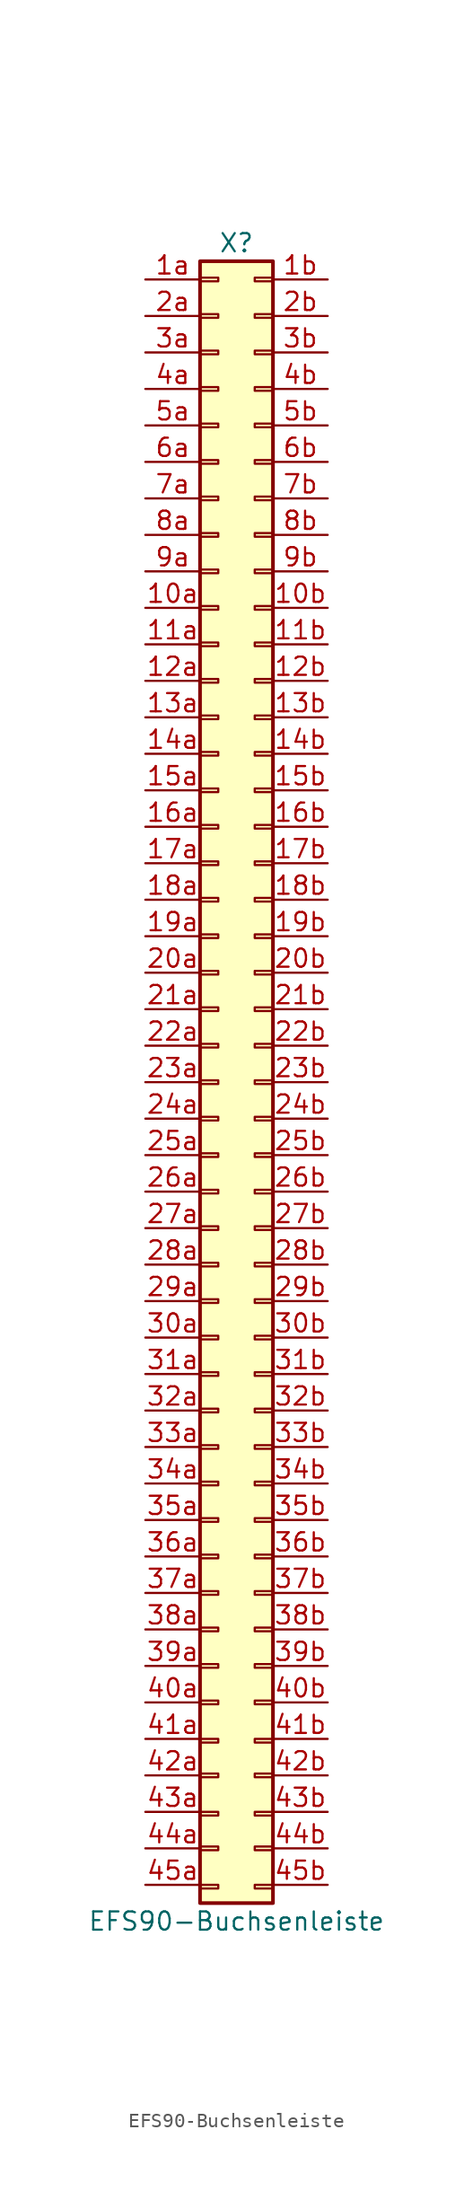
<source format=kicad_sym>
(kicad_symbol_lib
  (version 20211014)
  (generator kicad_symbol_editor)
  (symbol "EFS90-Buchsenleiste"
    (pin_names
      (offset 1.016) hide)
    (property "Reference" "X"
      (at 0 57.15 0)
      (effects (font (size 1.27 1.27))))
    (property "Value" "EFS90-Buchsenleiste"
      (at 0 -59.69 0)
      (effects (font (size 1.27 1.27))))
    (symbol "EFS90-Buchsenleiste_1_1"
      (rectangle (start -2.54 -57.15) (end -1.27 -57.404) (stroke (width 0.152) (type default) (color 0 0 0 0)) (fill (type none)))
      (rectangle (start -2.54 -54.483) (end -1.27 -54.737) (stroke (width 0.152) (type default) (color 0 0 0 0)) (fill (type none)))
      (rectangle (start -2.54 -52.07) (end -1.27 -52.324) (stroke (width 0.152) (type default) (color 0 0 0 0)) (fill (type none)))
      (rectangle (start -2.54 -49.403) (end -1.27 -49.657) (stroke (width 0.152) (type default) (color 0 0 0 0)) (fill (type none)))
      (rectangle (start -2.54 -46.99) (end -1.27 -47.244) (stroke (width 0.152) (type default) (color 0 0 0 0)) (fill (type none)))
      (rectangle (start -2.54 -44.323) (end -1.27 -44.577) (stroke (width 0.152) (type default) (color 0 0 0 0)) (fill (type none)))
      (rectangle (start -2.54 -41.783) (end -1.27 -42.037) (stroke (width 0.152) (type default) (color 0 0 0 0)) (fill (type none)))
      (rectangle (start -2.54 -39.243) (end -1.27 -39.497) (stroke (width 0.152) (type default) (color 0 0 0 0)) (fill (type none)))
      (rectangle (start -2.54 -36.703) (end -1.27 -36.957) (stroke (width 0.152) (type default) (color 0 0 0 0)) (fill (type none)))
      (rectangle (start -2.54 -34.163) (end -1.27 -34.417) (stroke (width 0.152) (type default) (color 0 0 0 0)) (fill (type none)))
      (rectangle (start -2.54 -31.623) (end -1.27 -31.877) (stroke (width 0.152) (type default) (color 0 0 0 0)) (fill (type none)))
      (rectangle (start -2.54 -29.083) (end -1.27 -29.337) (stroke (width 0.152) (type default) (color 0 0 0 0)) (fill (type none)))
      (rectangle (start -2.54 -26.543) (end -1.27 -26.797) (stroke (width 0.152) (type default) (color 0 0 0 0)) (fill (type none)))
      (rectangle (start -2.54 -24.003) (end -1.27 -24.257) (stroke (width 0.152) (type default) (color 0 0 0 0)) (fill (type none)))
      (rectangle (start -2.54 -21.463) (end -1.27 -21.717) (stroke (width 0.152) (type default) (color 0 0 0 0)) (fill (type none)))
      (rectangle (start -2.54 -18.923) (end -1.27 -19.177) (stroke (width 0.152) (type default) (color 0 0 0 0)) (fill (type none)))
      (rectangle (start -2.54 -16.383) (end -1.27 -16.637) (stroke (width 0.152) (type default) (color 0 0 0 0)) (fill (type none)))
      (rectangle (start -2.54 -13.843) (end -1.27 -14.097) (stroke (width 0.152) (type default) (color 0 0 0 0)) (fill (type none)))
      (rectangle (start -2.54 -11.303) (end -1.27 -11.557) (stroke (width 0.152) (type default) (color 0 0 0 0)) (fill (type none)))
      (rectangle (start -2.54 -8.763) (end -1.27 -9.017) (stroke (width 0.152) (type default) (color 0 0 0 0)) (fill (type none)))
      (rectangle (start -2.54 -6.223) (end -1.27 -6.477) (stroke (width 0.152) (type default) (color 0 0 0 0)) (fill (type none)))
      (rectangle (start -2.54 -3.683) (end -1.27 -3.937) (stroke (width 0.152) (type default) (color 0 0 0 0)) (fill (type none)))
      (rectangle (start -2.54 -1.143) (end -1.27 -1.397) (stroke (width 0.152) (type default) (color 0 0 0 0)) (fill (type none)))
      (rectangle (start -2.54 1.397) (end -1.27 1.143) (stroke (width 0.152) (type default) (color 0 0 0 0)) (fill (type none)))
      (rectangle (start -2.54 3.937) (end -1.27 3.683) (stroke (width 0.152) (type default) (color 0 0 0 0)) (fill (type none)))
      (rectangle (start -2.54 6.477) (end -1.27 6.223) (stroke (width 0.152) (type default) (color 0 0 0 0)) (fill (type none)))
      (rectangle (start -2.54 9.017) (end -1.27 8.763) (stroke (width 0.152) (type default) (color 0 0 0 0)) (fill (type none)))
      (rectangle (start -2.54 11.557) (end -1.27 11.303) (stroke (width 0.152) (type default) (color 0 0 0 0)) (fill (type none)))
      (rectangle (start -2.54 14.097) (end -1.27 13.843) (stroke (width 0.152) (type default) (color 0 0 0 0)) (fill (type none)))
      (rectangle (start -2.54 16.637) (end -1.27 16.383) (stroke (width 0.152) (type default) (color 0 0 0 0)) (fill (type none)))
      (rectangle (start -2.54 19.177) (end -1.27 18.923) (stroke (width 0.152) (type default) (color 0 0 0 0)) (fill (type none)))
      (rectangle (start -2.54 21.717) (end -1.27 21.463) (stroke (width 0.152) (type default) (color 0 0 0 0)) (fill (type none)))
      (rectangle (start -2.54 24.257) (end -1.27 24.003) (stroke (width 0.152) (type default) (color 0 0 0 0)) (fill (type none)))
      (rectangle (start -2.54 26.797) (end -1.27 26.543) (stroke (width 0.152) (type default) (color 0 0 0 0)) (fill (type none)))
      (rectangle (start -2.54 29.337) (end -1.27 29.083) (stroke (width 0.152) (type default) (color 0 0 0 0)) (fill (type none)))
      (rectangle (start -2.54 31.877) (end -1.27 31.623) (stroke (width 0.152) (type default) (color 0 0 0 0)) (fill (type none)))
      (rectangle (start -2.54 34.417) (end -1.27 34.163) (stroke (width 0.152) (type default) (color 0 0 0 0)) (fill (type none)))
      (rectangle (start -2.54 36.957) (end -1.27 36.703) (stroke (width 0.152) (type default) (color 0 0 0 0)) (fill (type none)))
      (rectangle (start -2.54 39.497) (end -1.27 39.243) (stroke (width 0.152) (type default) (color 0 0 0 0)) (fill (type none)))
      (rectangle (start -2.54 42.037) (end -1.27 41.783) (stroke (width 0.152) (type default) (color 0 0 0 0)) (fill (type none)))
      (rectangle (start -2.54 44.577) (end -1.27 44.323) (stroke (width 0.152) (type default) (color 0 0 0 0)) (fill (type none)))
      (rectangle (start -2.54 47.117) (end -1.27 46.863) (stroke (width 0.152) (type default) (color 0 0 0 0)) (fill (type none)))
      (rectangle (start -2.54 49.657) (end -1.27 49.403) (stroke (width 0.152) (type default) (color 0 0 0 0)) (fill (type none)))
      (rectangle (start -2.54 52.197) (end -1.27 51.943) (stroke (width 0.152) (type default) (color 0 0 0 0)) (fill (type none)))
      (rectangle (start -2.54 54.737) (end -1.27 54.483) (stroke (width 0.152) (type default) (color 0 0 0 0)) (fill (type none)))
      (rectangle (start -2.54 55.88) (end 2.54 -58.42) (stroke (width 0.254) (type default) (color 0 0 0 0)) (fill (type background)))
      (rectangle (start 2.54 -57.15) (end 1.27 -57.404) (stroke (width 0.152) (type default) (color 0 0 0 0)) (fill (type none)))
      (rectangle (start 2.54 -54.483) (end 1.27 -54.737) (stroke (width 0.152) (type default) (color 0 0 0 0)) (fill (type none)))
      (rectangle (start 2.54 -52.07) (end 1.27 -52.324) (stroke (width 0.152) (type default) (color 0 0 0 0)) (fill (type none)))
      (rectangle (start 2.54 -49.403) (end 1.27 -49.657) (stroke (width 0.152) (type default) (color 0 0 0 0)) (fill (type none)))
      (rectangle (start 2.54 -46.99) (end 1.27 -47.244) (stroke (width 0.152) (type default) (color 0 0 0 0)) (fill (type none)))
      (rectangle (start 2.54 -44.323) (end 1.27 -44.577) (stroke (width 0.152) (type default) (color 0 0 0 0)) (fill (type none)))
      (rectangle (start 2.54 -41.783) (end 1.27 -42.037) (stroke (width 0.152) (type default) (color 0 0 0 0)) (fill (type none)))
      (rectangle (start 2.54 -39.243) (end 1.27 -39.497) (stroke (width 0.152) (type default) (color 0 0 0 0)) (fill (type none)))
      (rectangle (start 2.54 -36.703) (end 1.27 -36.957) (stroke (width 0.152) (type default) (color 0 0 0 0)) (fill (type none)))
      (rectangle (start 2.54 -34.163) (end 1.27 -34.417) (stroke (width 0.152) (type default) (color 0 0 0 0)) (fill (type none)))
      (rectangle (start 2.54 -31.623) (end 1.27 -31.877) (stroke (width 0.152) (type default) (color 0 0 0 0)) (fill (type none)))
      (rectangle (start 2.54 -29.083) (end 1.27 -29.337) (stroke (width 0.152) (type default) (color 0 0 0 0)) (fill (type none)))
      (rectangle (start 2.54 -26.543) (end 1.27 -26.797) (stroke (width 0.152) (type default) (color 0 0 0 0)) (fill (type none)))
      (rectangle (start 2.54 -24.003) (end 1.27 -24.257) (stroke (width 0.152) (type default) (color 0 0 0 0)) (fill (type none)))
      (rectangle (start 2.54 -21.463) (end 1.27 -21.717) (stroke (width 0.152) (type default) (color 0 0 0 0)) (fill (type none)))
      (rectangle (start 2.54 -18.923) (end 1.27 -19.177) (stroke (width 0.152) (type default) (color 0 0 0 0)) (fill (type none)))
      (rectangle (start 2.54 -16.383) (end 1.27 -16.637) (stroke (width 0.152) (type default) (color 0 0 0 0)) (fill (type none)))
      (rectangle (start 2.54 -13.843) (end 1.27 -14.097) (stroke (width 0.152) (type default) (color 0 0 0 0)) (fill (type none)))
      (rectangle (start 2.54 -11.303) (end 1.27 -11.557) (stroke (width 0.152) (type default) (color 0 0 0 0)) (fill (type none)))
      (rectangle (start 2.54 -8.763) (end 1.27 -9.017) (stroke (width 0.152) (type default) (color 0 0 0 0)) (fill (type none)))
      (rectangle (start 2.54 -6.223) (end 1.27 -6.477) (stroke (width 0.152) (type default) (color 0 0 0 0)) (fill (type none)))
      (rectangle (start 2.54 -3.683) (end 1.27 -3.937) (stroke (width 0.152) (type default) (color 0 0 0 0)) (fill (type none)))
      (rectangle (start 2.54 -1.143) (end 1.27 -1.397) (stroke (width 0.152) (type default) (color 0 0 0 0)) (fill (type none)))
      (rectangle (start 2.54 1.397) (end 1.27 1.143) (stroke (width 0.152) (type default) (color 0 0 0 0)) (fill (type none)))
      (rectangle (start 2.54 3.937) (end 1.27 3.683) (stroke (width 0.152) (type default) (color 0 0 0 0)) (fill (type none)))
      (rectangle (start 2.54 6.477) (end 1.27 6.223) (stroke (width 0.152) (type default) (color 0 0 0 0)) (fill (type none)))
      (rectangle (start 2.54 9.017) (end 1.27 8.763) (stroke (width 0.152) (type default) (color 0 0 0 0)) (fill (type none)))
      (rectangle (start 2.54 11.557) (end 1.27 11.303) (stroke (width 0.152) (type default) (color 0 0 0 0)) (fill (type none)))
      (rectangle (start 2.54 14.097) (end 1.27 13.843) (stroke (width 0.152) (type default) (color 0 0 0 0)) (fill (type none)))
      (rectangle (start 2.54 16.637) (end 1.27 16.383) (stroke (width 0.152) (type default) (color 0 0 0 0)) (fill (type none)))
      (rectangle (start 2.54 19.177) (end 1.27 18.923) (stroke (width 0.152) (type default) (color 0 0 0 0)) (fill (type none)))
      (rectangle (start 2.54 21.717) (end 1.27 21.463) (stroke (width 0.152) (type default) (color 0 0 0 0)) (fill (type none)))
      (rectangle (start 2.54 24.257) (end 1.27 24.003) (stroke (width 0.152) (type default) (color 0 0 0 0)) (fill (type none)))
      (rectangle (start 2.54 26.797) (end 1.27 26.543) (stroke (width 0.152) (type default) (color 0 0 0 0)) (fill (type none)))
      (rectangle (start 2.54 29.337) (end 1.27 29.083) (stroke (width 0.152) (type default) (color 0 0 0 0)) (fill (type none)))
      (rectangle (start 2.54 31.877) (end 1.27 31.623) (stroke (width 0.152) (type default) (color 0 0 0 0)) (fill (type none)))
      (rectangle (start 2.54 34.417) (end 1.27 34.163) (stroke (width 0.152) (type default) (color 0 0 0 0)) (fill (type none)))
      (rectangle (start 2.54 36.957) (end 1.27 36.703) (stroke (width 0.152) (type default) (color 0 0 0 0)) (fill (type none)))
      (rectangle (start 2.54 39.497) (end 1.27 39.243) (stroke (width 0.152) (type default) (color 0 0 0 0)) (fill (type none)))
      (rectangle (start 2.54 42.037) (end 1.27 41.783) (stroke (width 0.152) (type default) (color 0 0 0 0)) (fill (type none)))
      (rectangle (start 2.54 44.577) (end 1.27 44.323) (stroke (width 0.152) (type default) (color 0 0 0 0)) (fill (type none)))
      (rectangle (start 2.54 47.117) (end 1.27 46.863) (stroke (width 0.152) (type default) (color 0 0 0 0)) (fill (type none)))
      (rectangle (start 2.54 49.657) (end 1.27 49.403) (stroke (width 0.152) (type default) (color 0 0 0 0)) (fill (type none)))
      (rectangle (start 2.54 52.197) (end 1.27 51.943) (stroke (width 0.152) (type default) (color 0 0 0 0)) (fill (type none)))
      (rectangle (start 2.54 54.737) (end 1.27 54.483) (stroke (width 0.152) (type default) (color 0 0 0 0)) (fill (type none)))
      (pin passive line (at -6.35 31.75 0) (length 3.81) (name "Pin_10a" (effects (font (size 1.27 1.27)))) (number "10a" (effects (font (size 1.27 1.27)))))
      (pin passive line (at 6.35 31.75 180) (length 3.81) (name "Pin_10b" (effects (font (size 1.27 1.27)))) (number "10b" (effects (font (size 1.27 1.27)))))
      (pin passive line (at -6.35 29.21 0) (length 3.81) (name "Pin_11a" (effects (font (size 1.27 1.27)))) (number "11a" (effects (font (size 1.27 1.27)))))
      (pin passive line (at 6.35 29.21 180) (length 3.81) (name "Pin_11b" (effects (font (size 1.27 1.27)))) (number "11b" (effects (font (size 1.27 1.27)))))
      (pin passive line (at -6.35 26.67 0) (length 3.81) (name "Pin_12a" (effects (font (size 1.27 1.27)))) (number "12a" (effects (font (size 1.27 1.27)))))
      (pin passive line (at 6.35 26.67 180) (length 3.81) (name "Pin_12b" (effects (font (size 1.27 1.27)))) (number "12b" (effects (font (size 1.27 1.27)))))
      (pin passive line (at -6.35 24.13 0) (length 3.81) (name "Pin_13a" (effects (font (size 1.27 1.27)))) (number "13a" (effects (font (size 1.27 1.27)))))
      (pin passive line (at 6.35 24.13 180) (length 3.81) (name "Pin_13b" (effects (font (size 1.27 1.27)))) (number "13b" (effects (font (size 1.27 1.27)))))
      (pin passive line (at -6.35 21.59 0) (length 3.81) (name "Pin_14a" (effects (font (size 1.27 1.27)))) (number "14a" (effects (font (size 1.27 1.27)))))
      (pin passive line (at 6.35 21.59 180) (length 3.81) (name "Pin_14b" (effects (font (size 1.27 1.27)))) (number "14b" (effects (font (size 1.27 1.27)))))
      (pin passive line (at -6.35 19.05 0) (length 3.81) (name "Pin_15a" (effects (font (size 1.27 1.27)))) (number "15a" (effects (font (size 1.27 1.27)))))
      (pin passive line (at 6.35 19.05 180) (length 3.81) (name "Pin_15b" (effects (font (size 1.27 1.27)))) (number "15b" (effects (font (size 1.27 1.27)))))
      (pin passive line (at -6.35 16.51 0) (length 3.81) (name "Pin_16a" (effects (font (size 1.27 1.27)))) (number "16a" (effects (font (size 1.27 1.27)))))
      (pin passive line (at 6.35 16.51 180) (length 3.81) (name "Pin_16b" (effects (font (size 1.27 1.27)))) (number "16b" (effects (font (size 1.27 1.27)))))
      (pin passive line (at -6.35 13.97 0) (length 3.81) (name "Pin_17a" (effects (font (size 1.27 1.27)))) (number "17a" (effects (font (size 1.27 1.27)))))
      (pin passive line (at 6.35 13.97 180) (length 3.81) (name "Pin_17b" (effects (font (size 1.27 1.27)))) (number "17b" (effects (font (size 1.27 1.27)))))
      (pin passive line (at -6.35 11.43 0) (length 3.81) (name "Pin_18a" (effects (font (size 1.27 1.27)))) (number "18a" (effects (font (size 1.27 1.27)))))
      (pin passive line (at 6.35 11.43 180) (length 3.81) (name "Pin_18b" (effects (font (size 1.27 1.27)))) (number "18b" (effects (font (size 1.27 1.27)))))
      (pin passive line (at -6.35 8.89 0) (length 3.81) (name "Pin_19a" (effects (font (size 1.27 1.27)))) (number "19a" (effects (font (size 1.27 1.27)))))
      (pin passive line (at 6.35 8.89 180) (length 3.81) (name "Pin_19b" (effects (font (size 1.27 1.27)))) (number "19b" (effects (font (size 1.27 1.27)))))
      (pin passive line (at -6.35 54.61 0) (length 3.81) (name "Pin_1a" (effects (font (size 1.27 1.27)))) (number "1a" (effects (font (size 1.27 1.27)))))
      (pin passive line (at 6.35 54.61 180) (length 3.81) (name "Pin_1b" (effects (font (size 1.27 1.27)))) (number "1b" (effects (font (size 1.27 1.27)))))
      (pin passive line (at -6.35 6.35 0) (length 3.81) (name "Pin_20a" (effects (font (size 1.27 1.27)))) (number "20a" (effects (font (size 1.27 1.27)))))
      (pin passive line (at 6.35 6.35 180) (length 3.81) (name "Pin_20b" (effects (font (size 1.27 1.27)))) (number "20b" (effects (font (size 1.27 1.27)))))
      (pin passive line (at -6.35 3.81 0) (length 3.81) (name "Pin_21a" (effects (font (size 1.27 1.27)))) (number "21a" (effects (font (size 1.27 1.27)))))
      (pin passive line (at 6.35 3.81 180) (length 3.81) (name "Pin_21b" (effects (font (size 1.27 1.27)))) (number "21b" (effects (font (size 1.27 1.27)))))
      (pin passive line (at -6.35 1.27 0) (length 3.81) (name "Pin_22a" (effects (font (size 1.27 1.27)))) (number "22a" (effects (font (size 1.27 1.27)))))
      (pin passive line (at 6.35 1.27 180) (length 3.81) (name "Pin_22b" (effects (font (size 1.27 1.27)))) (number "22b" (effects (font (size 1.27 1.27)))))
      (pin passive line (at -6.35 -1.27 0) (length 3.81) (name "Pin_23a" (effects (font (size 1.27 1.27)))) (number "23a" (effects (font (size 1.27 1.27)))))
      (pin passive line (at 6.35 -1.27 180) (length 3.81) (name "Pin_23b" (effects (font (size 1.27 1.27)))) (number "23b" (effects (font (size 1.27 1.27)))))
      (pin passive line (at -6.35 -3.81 0) (length 3.81) (name "Pin_24a" (effects (font (size 1.27 1.27)))) (number "24a" (effects (font (size 1.27 1.27)))))
      (pin passive line (at 6.35 -3.81 180) (length 3.81) (name "Pin_24b" (effects (font (size 1.27 1.27)))) (number "24b" (effects (font (size 1.27 1.27)))))
      (pin passive line (at -6.35 -6.35 0) (length 3.81) (name "Pin_25a" (effects (font (size 1.27 1.27)))) (number "25a" (effects (font (size 1.27 1.27)))))
      (pin passive line (at 6.35 -6.35 180) (length 3.81) (name "Pin_25b" (effects (font (size 1.27 1.27)))) (number "25b" (effects (font (size 1.27 1.27)))))
      (pin passive line (at -6.35 -8.89 0) (length 3.81) (name "Pin_26a" (effects (font (size 1.27 1.27)))) (number "26a" (effects (font (size 1.27 1.27)))))
      (pin passive line (at 6.35 -8.89 180) (length 3.81) (name "Pin_26b" (effects (font (size 1.27 1.27)))) (number "26b" (effects (font (size 1.27 1.27)))))
      (pin passive line (at -6.35 -11.43 0) (length 3.81) (name "Pin_27a" (effects (font (size 1.27 1.27)))) (number "27a" (effects (font (size 1.27 1.27)))))
      (pin passive line (at 6.35 -11.43 180) (length 3.81) (name "Pin_27b" (effects (font (size 1.27 1.27)))) (number "27b" (effects (font (size 1.27 1.27)))))
      (pin passive line (at -6.35 -13.97 0) (length 3.81) (name "Pin_28a" (effects (font (size 1.27 1.27)))) (number "28a" (effects (font (size 1.27 1.27)))))
      (pin passive line (at 6.35 -13.97 180) (length 3.81) (name "Pin_28b" (effects (font (size 1.27 1.27)))) (number "28b" (effects (font (size 1.27 1.27)))))
      (pin passive line (at -6.35 -16.51 0) (length 3.81) (name "Pin_29a" (effects (font (size 1.27 1.27)))) (number "29a" (effects (font (size 1.27 1.27)))))
      (pin passive line (at 6.35 -16.51 180) (length 3.81) (name "Pin_29b" (effects (font (size 1.27 1.27)))) (number "29b" (effects (font (size 1.27 1.27)))))
      (pin passive line (at -6.35 52.07 0) (length 3.81) (name "Pin_2a" (effects (font (size 1.27 1.27)))) (number "2a" (effects (font (size 1.27 1.27)))))
      (pin passive line (at 6.35 52.07 180) (length 3.81) (name "Pin_2b" (effects (font (size 1.27 1.27)))) (number "2b" (effects (font (size 1.27 1.27)))))
      (pin passive line (at -6.35 -19.05 0) (length 3.81) (name "Pin_30a" (effects (font (size 1.27 1.27)))) (number "30a" (effects (font (size 1.27 1.27)))))
      (pin passive line (at 6.35 -19.05 180) (length 3.81) (name "Pin_30b" (effects (font (size 1.27 1.27)))) (number "30b" (effects (font (size 1.27 1.27)))))
      (pin passive line (at -6.35 -21.59 0) (length 3.81) (name "Pin_31a" (effects (font (size 1.27 1.27)))) (number "31a" (effects (font (size 1.27 1.27)))))
      (pin passive line (at 6.35 -21.59 180) (length 3.81) (name "Pin_31b" (effects (font (size 1.27 1.27)))) (number "31b" (effects (font (size 1.27 1.27)))))
      (pin passive line (at -6.35 -24.13 0) (length 3.81) (name "Pin_32a" (effects (font (size 1.27 1.27)))) (number "32a" (effects (font (size 1.27 1.27)))))
      (pin passive line (at 6.35 -24.13 180) (length 3.81) (name "Pin_32b" (effects (font (size 1.27 1.27)))) (number "32b" (effects (font (size 1.27 1.27)))))
      (pin passive line (at -6.35 -26.67 0) (length 3.81) (name "Pin_33a" (effects (font (size 1.27 1.27)))) (number "33a" (effects (font (size 1.27 1.27)))))
      (pin passive line (at 6.35 -26.67 180) (length 3.81) (name "Pin_33b" (effects (font (size 1.27 1.27)))) (number "33b" (effects (font (size 1.27 1.27)))))
      (pin passive line (at -6.35 -29.21 0) (length 3.81) (name "Pin_34a" (effects (font (size 1.27 1.27)))) (number "34a" (effects (font (size 1.27 1.27)))))
      (pin passive line (at 6.35 -29.21 180) (length 3.81) (name "Pin_34b" (effects (font (size 1.27 1.27)))) (number "34b" (effects (font (size 1.27 1.27)))))
      (pin passive line (at -6.35 -31.75 0) (length 3.81) (name "Pin_35a" (effects (font (size 1.27 1.27)))) (number "35a" (effects (font (size 1.27 1.27)))))
      (pin passive line (at 6.35 -31.75 180) (length 3.81) (name "Pin_35b" (effects (font (size 1.27 1.27)))) (number "35b" (effects (font (size 1.27 1.27)))))
      (pin passive line (at -6.35 -34.29 0) (length 3.81) (name "Pin_36a" (effects (font (size 1.27 1.27)))) (number "36a" (effects (font (size 1.27 1.27)))))
      (pin passive line (at 6.35 -34.29 180) (length 3.81) (name "Pin_36b" (effects (font (size 1.27 1.27)))) (number "36b" (effects (font (size 1.27 1.27)))))
      (pin passive line (at -6.35 -36.83 0) (length 3.81) (name "Pin_37a" (effects (font (size 1.27 1.27)))) (number "37a" (effects (font (size 1.27 1.27)))))
      (pin passive line (at 6.35 -36.83 180) (length 3.81) (name "Pin_37b" (effects (font (size 1.27 1.27)))) (number "37b" (effects (font (size 1.27 1.27)))))
      (pin passive line (at -6.35 -39.37 0) (length 3.81) (name "Pin_38a" (effects (font (size 1.27 1.27)))) (number "38a" (effects (font (size 1.27 1.27)))))
      (pin passive line (at 6.35 -39.37 180) (length 3.81) (name "Pin_38b" (effects (font (size 1.27 1.27)))) (number "38b" (effects (font (size 1.27 1.27)))))
      (pin passive line (at -6.35 -41.91 0) (length 3.81) (name "Pin_39a" (effects (font (size 1.27 1.27)))) (number "39a" (effects (font (size 1.27 1.27)))))
      (pin passive line (at 6.35 -41.91 180) (length 3.81) (name "Pin_39b" (effects (font (size 1.27 1.27)))) (number "39b" (effects (font (size 1.27 1.27)))))
      (pin passive line (at -6.35 49.53 0) (length 3.81) (name "Pin_3a" (effects (font (size 1.27 1.27)))) (number "3a" (effects (font (size 1.27 1.27)))))
      (pin passive line (at 6.35 49.53 180) (length 3.81) (name "Pin_3b" (effects (font (size 1.27 1.27)))) (number "3b" (effects (font (size 1.27 1.27)))))
      (pin passive line (at -6.35 -44.45 0) (length 3.81) (name "Pin_40a" (effects (font (size 1.27 1.27)))) (number "40a" (effects (font (size 1.27 1.27)))))
      (pin passive line (at 6.35 -44.45 180) (length 3.81) (name "Pin_40b" (effects (font (size 1.27 1.27)))) (number "40b" (effects (font (size 1.27 1.27)))))
      (pin passive line (at -6.35 -46.99 0) (length 3.81) (name "Pin_41a" (effects (font (size 1.27 1.27)))) (number "41a" (effects (font (size 1.27 1.27)))))
      (pin passive line (at 6.35 -46.99 180) (length 3.81) (name "Pin_41b" (effects (font (size 1.27 1.27)))) (number "41b" (effects (font (size 1.27 1.27)))))
      (pin passive line (at -6.35 -49.53 0) (length 3.81) (name "Pin_42a" (effects (font (size 1.27 1.27)))) (number "42a" (effects (font (size 1.27 1.27)))))
      (pin passive line (at 6.35 -49.53 180) (length 3.81) (name "Pin_42b" (effects (font (size 1.27 1.27)))) (number "42b" (effects (font (size 1.27 1.27)))))
      (pin passive line (at -6.35 -52.07 0) (length 3.81) (name "Pin_43a" (effects (font (size 1.27 1.27)))) (number "43a" (effects (font (size 1.27 1.27)))))
      (pin passive line (at 6.35 -52.07 180) (length 3.81) (name "Pin_43b" (effects (font (size 1.27 1.27)))) (number "43b" (effects (font (size 1.27 1.27)))))
      (pin passive line (at -6.35 -54.61 0) (length 3.81) (name "Pin_44a" (effects (font (size 1.27 1.27)))) (number "44a" (effects (font (size 1.27 1.27)))))
      (pin passive line (at 6.35 -54.61 180) (length 3.81) (name "Pin_44b" (effects (font (size 1.27 1.27)))) (number "44b" (effects (font (size 1.27 1.27)))))
      (pin passive line (at -6.35 -57.15 0) (length 3.81) (name "Pin_45a" (effects (font (size 1.27 1.27)))) (number "45a" (effects (font (size 1.27 1.27)))))
      (pin passive line (at 6.35 -57.15 180) (length 3.81) (name "Pin_45b" (effects (font (size 1.27 1.27)))) (number "45b" (effects (font (size 1.27 1.27)))))
      (pin passive line (at -6.35 46.99 0) (length 3.81) (name "Pin_4a" (effects (font (size 1.27 1.27)))) (number "4a" (effects (font (size 1.27 1.27)))))
      (pin passive line (at 6.35 46.99 180) (length 3.81) (name "Pin_4b" (effects (font (size 1.27 1.27)))) (number "4b" (effects (font (size 1.27 1.27)))))
      (pin passive line (at -6.35 44.45 0) (length 3.81) (name "Pin_5a" (effects (font (size 1.27 1.27)))) (number "5a" (effects (font (size 1.27 1.27)))))
      (pin passive line (at 6.35 44.45 180) (length 3.81) (name "Pin_5b" (effects (font (size 1.27 1.27)))) (number "5b" (effects (font (size 1.27 1.27)))))
      (pin passive line (at -6.35 41.91 0) (length 3.81) (name "Pin_6a" (effects (font (size 1.27 1.27)))) (number "6a" (effects (font (size 1.27 1.27)))))
      (pin passive line (at 6.35 41.91 180) (length 3.81) (name "Pin_6b" (effects (font (size 1.27 1.27)))) (number "6b" (effects (font (size 1.27 1.27)))))
      (pin passive line (at -6.35 39.37 0) (length 3.81) (name "Pin_7a" (effects (font (size 1.27 1.27)))) (number "7a" (effects (font (size 1.27 1.27)))))
      (pin passive line (at 6.35 39.37 180) (length 3.81) (name "Pin_7b" (effects (font (size 1.27 1.27)))) (number "7b" (effects (font (size 1.27 1.27)))))
      (pin passive line (at -6.35 36.83 0) (length 3.81) (name "Pin_8a" (effects (font (size 1.27 1.27)))) (number "8a" (effects (font (size 1.27 1.27)))))
      (pin passive line (at 6.35 36.83 180) (length 3.81) (name "Pin_8b" (effects (font (size 1.27 1.27)))) (number "8b" (effects (font (size 1.27 1.27)))))
      (pin passive line (at -6.35 34.29 0) (length 3.81) (name "Pin_9a" (effects (font (size 1.27 1.27)))) (number "9a" (effects (font (size 1.27 1.27)))))
      (pin passive line (at 6.35 34.29 180) (length 3.81) (name "Pin_9b" (effects (font (size 1.27 1.27)))) (number "9b" (effects (font (size 1.27 1.27))))))))
</source>
